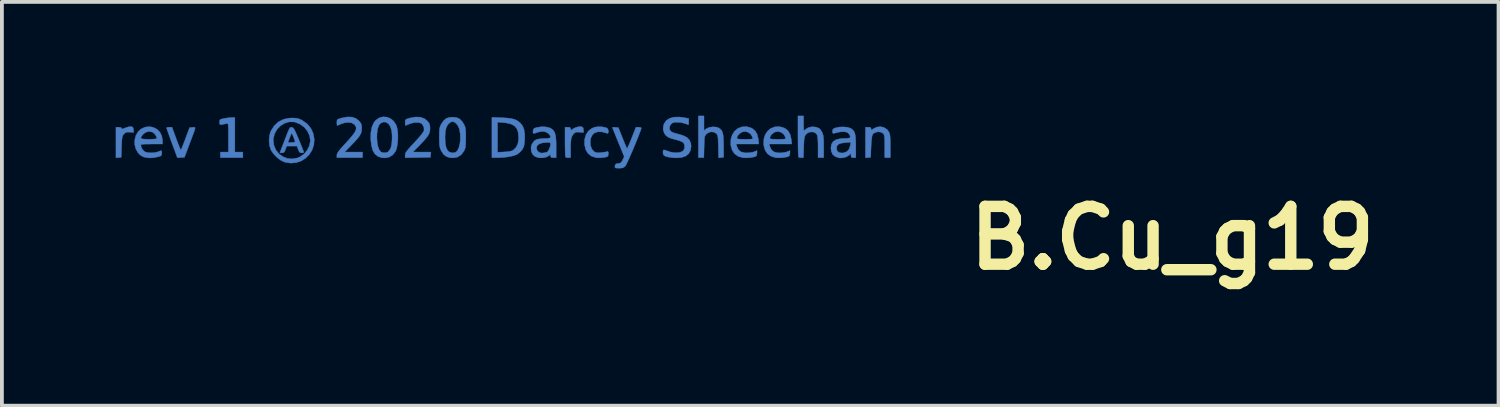
<source format=kicad_pcb>
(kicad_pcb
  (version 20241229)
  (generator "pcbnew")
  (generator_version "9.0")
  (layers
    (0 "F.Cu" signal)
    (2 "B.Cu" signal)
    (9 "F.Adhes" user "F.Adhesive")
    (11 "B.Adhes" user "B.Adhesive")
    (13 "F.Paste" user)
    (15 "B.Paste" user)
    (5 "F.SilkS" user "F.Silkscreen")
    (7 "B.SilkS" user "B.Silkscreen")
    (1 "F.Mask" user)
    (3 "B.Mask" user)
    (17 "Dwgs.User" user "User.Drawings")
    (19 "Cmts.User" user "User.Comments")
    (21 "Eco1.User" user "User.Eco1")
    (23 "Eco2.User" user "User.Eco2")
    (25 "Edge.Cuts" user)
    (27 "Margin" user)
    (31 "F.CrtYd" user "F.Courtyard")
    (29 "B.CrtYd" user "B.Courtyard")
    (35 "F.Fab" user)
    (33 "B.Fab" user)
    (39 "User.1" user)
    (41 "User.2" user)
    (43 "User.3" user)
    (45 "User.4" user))
  (footprint "B.Cu_g19"
    (layer "F.Cu")
    (at 27.839 3.222)
    (property "Reference" "B.Cu_g19" (at 0 0 0) (layer "F.SilkS") (effects (font (size 1.524 1.524) (thickness 0.3))))
    (attr through_hole)
    (fp_poly (pts (xy -27.437 -2.938) (xy -27.397 -2.927) (xy -27.378 -2.897) (xy -27.373 -2.857) (xy -27.367 -2.783) (xy -27.468 -2.79) (xy -27.535 -2.791) (xy -27.58 -2.778) (xy -27.619 -2.745) (xy -27.623 -2.741) (xy -27.644 -2.715) (xy -27.66 -2.687) (xy -27.67 -2.648) (xy -27.677 -2.589) (xy -27.682 -2.504) (xy -27.686 -2.406) (xy -27.697 -2.127) (xy -27.765 -2.121) (xy -27.834 -2.114) (xy -27.834 -2.921) (xy -27.76 -2.921) (xy -27.704 -2.914) (xy -27.686 -2.891) (xy -27.686 -2.89) (xy -27.679 -2.875) (xy -27.653 -2.877) (xy -27.598 -2.899) (xy -27.59 -2.902) (xy -27.521 -2.926) (xy -27.457 -2.938) (xy -27.437 -2.938)) (stroke (width 0.01) (type solid)) (fill yes) (layer "B.Cu"))
    (fp_poly (pts (xy -24.701 -2.265) (xy -24.49 -2.265) (xy -24.49 -2.117) (xy -25.082 -2.117) (xy -25.082 -2.265) (xy -24.871 -2.265) (xy -24.871 -2.647) (xy -24.871 -2.783) (xy -24.872 -2.882) (xy -24.875 -2.95) (xy -24.88 -2.992) (xy -24.887 -3.014) (xy -24.897 -3.02) (xy -24.908 -3.019) (xy -24.953 -3.008) (xy -25.015 -2.995) (xy -25.024 -2.994) (xy -25.076 -2.987) (xy -25.098 -2.996) (xy -25.104 -3.032) (xy -25.104 -3.053) (xy -25.102 -3.095) (xy -25.089 -3.119) (xy -25.056 -3.135) (xy -24.992 -3.149) (xy -24.984 -3.151) (xy -24.9 -3.165) (xy -24.819 -3.173) (xy -24.783 -3.175) (xy -24.701 -3.175) (xy -24.701 -2.265)) (stroke (width 0.01) (type solid)) (fill yes) (layer "B.Cu"))
    (fp_poly (pts (xy -25.753 -2.916) (xy -25.749 -2.899) (xy -25.755 -2.866) (xy -25.772 -2.812) (xy -25.801 -2.733) (xy -25.842 -2.623) (xy -25.897 -2.478) (xy -25.897 -2.477) (xy -26.029 -2.127) (xy -26.122 -2.121) (xy -26.215 -2.115) (xy -26.359 -2.502) (xy -26.403 -2.622) (xy -26.441 -2.729) (xy -26.472 -2.816) (xy -26.493 -2.876) (xy -26.501 -2.904) (xy -26.501 -2.905) (xy -26.482 -2.916) (xy -26.436 -2.921) (xy -26.429 -2.921) (xy -26.357 -2.921) (xy -26.245 -2.615) (xy -26.206 -2.51) (xy -26.171 -2.423) (xy -26.143 -2.358) (xy -26.126 -2.323) (xy -26.122 -2.319) (xy -26.111 -2.342) (xy -26.088 -2.397) (xy -26.057 -2.477) (xy -26.019 -2.575) (xy -26.002 -2.62) (xy -25.894 -2.91) (xy -25.814 -2.917) (xy -25.786 -2.92) (xy -25.765 -2.922) (xy -25.753 -2.916)) (stroke (width 0.01) (type solid)) (fill yes) (layer "B.Cu"))
    (fp_poly (pts (xy -15.563 -2.933) (xy -15.558 -2.932) (xy -15.526 -2.908) (xy -15.515 -2.856) (xy -15.515 -2.849) (xy -15.515 -2.779) (xy -15.62 -2.789) (xy -15.686 -2.792) (xy -15.729 -2.783) (xy -15.765 -2.755) (xy -15.776 -2.743) (xy -15.807 -2.703) (xy -15.829 -2.657) (xy -15.843 -2.595) (xy -15.851 -2.511) (xy -15.854 -2.396) (xy -15.854 -2.336) (xy -15.854 -2.117) (xy -15.914 -2.117) (xy -15.962 -2.121) (xy -15.988 -2.131) (xy -15.992 -2.155) (xy -15.996 -2.216) (xy -15.999 -2.304) (xy -16.001 -2.414) (xy -16.002 -2.533) (xy -16.002 -2.921) (xy -15.928 -2.921) (xy -15.877 -2.916) (xy -15.856 -2.898) (xy -15.854 -2.877) (xy -15.852 -2.849) (xy -15.839 -2.846) (xy -15.804 -2.868) (xy -15.796 -2.875) (xy -15.718 -2.915) (xy -15.635 -2.936) (xy -15.563 -2.933)) (stroke (width 0.01) (type solid)) (fill yes) (layer "B.Cu"))
    (fp_poly (pts (xy -12.34 -2.835) (xy -12.277 -2.882) (xy -12.202 -2.916) (xy -12.109 -2.93) (xy -12.016 -2.924) (xy -11.955 -2.903) (xy -11.908 -2.872) (xy -11.873 -2.832) (xy -11.849 -2.776) (xy -11.834 -2.698) (xy -11.826 -2.592) (xy -11.823 -2.45) (xy -11.823 -2.435) (xy -11.822 -2.127) (xy -11.888 -2.121) (xy -11.955 -2.114) (xy -11.962 -2.411) (xy -11.966 -2.53) (xy -11.97 -2.615) (xy -11.976 -2.672) (xy -11.986 -2.71) (xy -12 -2.736) (xy -12.016 -2.755) (xy -12.081 -2.792) (xy -12.159 -2.798) (xy -12.236 -2.772) (xy -12.276 -2.741) (xy -12.297 -2.717) (xy -12.313 -2.692) (xy -12.323 -2.656) (xy -12.329 -2.602) (xy -12.333 -2.523) (xy -12.336 -2.409) (xy -12.337 -2.402) (xy -12.343 -2.117) (xy -12.488 -2.117) (xy -12.488 -3.217) (xy -12.34 -3.217) (xy -12.34 -2.835)) (stroke (width 0.01) (type solid)) (fill yes) (layer "B.Cu"))
    (fp_poly (pts (xy -7.594 -2.912) (xy -7.515 -2.86) (xy -7.467 -2.794) (xy -7.451 -2.755) (xy -7.44 -2.706) (xy -7.434 -2.637) (xy -7.43 -2.543) (xy -7.43 -2.418) (xy -7.429 -2.117) (xy -7.578 -2.117) (xy -7.578 -2.411) (xy -7.578 -2.532) (xy -7.581 -2.619) (xy -7.587 -2.678) (xy -7.596 -2.717) (xy -7.61 -2.744) (xy -7.615 -2.751) (xy -7.67 -2.788) (xy -7.742 -2.8) (xy -7.816 -2.787) (xy -7.878 -2.752) (xy -7.9 -2.724) (xy -7.912 -2.683) (xy -7.923 -2.607) (xy -7.932 -2.506) (xy -7.938 -2.402) (xy -7.948 -2.127) (xy -8.017 -2.121) (xy -8.086 -2.114) (xy -8.086 -2.921) (xy -8.012 -2.921) (xy -7.961 -2.916) (xy -7.94 -2.898) (xy -7.938 -2.878) (xy -7.936 -2.851) (xy -7.923 -2.848) (xy -7.89 -2.87) (xy -7.877 -2.88) (xy -7.786 -2.924) (xy -7.688 -2.935) (xy -7.594 -2.912)) (stroke (width 0.01) (type solid)) (fill yes) (layer "B.Cu"))
    (fp_poly (pts (xy -15.03 -2.931) (xy -14.94 -2.914) (xy -14.896 -2.897) (xy -14.872 -2.869) (xy -14.859 -2.828) (xy -14.859 -2.786) (xy -14.872 -2.76) (xy -14.889 -2.759) (xy -15.024 -2.797) (xy -15.136 -2.8) (xy -15.226 -2.768) (xy -15.28 -2.718) (xy -15.322 -2.635) (xy -15.338 -2.537) (xy -15.329 -2.437) (xy -15.297 -2.348) (xy -15.245 -2.286) (xy -15.201 -2.258) (xy -15.151 -2.248) (xy -15.078 -2.249) (xy -15.071 -2.25) (xy -14.996 -2.258) (xy -14.932 -2.268) (xy -14.907 -2.275) (xy -14.873 -2.281) (xy -14.861 -2.262) (xy -14.859 -2.226) (xy -14.865 -2.176) (xy -14.88 -2.148) (xy -14.928 -2.132) (xy -15.002 -2.12) (xy -15.086 -2.114) (xy -15.164 -2.116) (xy -15.191 -2.12) (xy -15.308 -2.159) (xy -15.397 -2.229) (xy -15.457 -2.33) (xy -15.487 -2.46) (xy -15.487 -2.46) (xy -15.485 -2.6) (xy -15.45 -2.722) (xy -15.386 -2.821) (xy -15.294 -2.891) (xy -15.219 -2.921) (xy -15.13 -2.934) (xy -15.03 -2.931)) (stroke (width 0.01) (type solid)) (fill yes) (layer "B.Cu"))
    (fp_poly (pts (xy -17.669 -3.171) (xy -17.521 -3.162) (xy -17.408 -3.146) (xy -17.319 -3.122) (xy -17.248 -3.085) (xy -17.185 -3.035) (xy -17.182 -3.033) (xy -17.121 -2.955) (xy -17.082 -2.86) (xy -17.064 -2.74) (xy -17.064 -2.606) (xy -17.071 -2.508) (xy -17.081 -2.439) (xy -17.098 -2.387) (xy -17.126 -2.338) (xy -17.13 -2.331) (xy -17.184 -2.268) (xy -17.25 -2.214) (xy -17.271 -2.202) (xy -17.362 -2.168) (xy -17.483 -2.142) (xy -17.625 -2.124) (xy -17.776 -2.117) (xy -17.785 -2.117) (xy -17.928 -2.117) (xy -17.928 -2.26) (xy -17.78 -2.26) (xy -17.6 -2.269) (xy -17.498 -2.277) (xy -17.427 -2.29) (xy -17.378 -2.31) (xy -17.361 -2.321) (xy -17.289 -2.392) (xy -17.246 -2.479) (xy -17.226 -2.592) (xy -17.225 -2.642) (xy -17.234 -2.775) (xy -17.268 -2.877) (xy -17.329 -2.951) (xy -17.42 -3.002) (xy -17.546 -3.032) (xy -17.621 -3.041) (xy -17.78 -3.054) (xy -17.78 -2.26) (xy -17.928 -2.26) (xy -17.928 -3.18) (xy -17.669 -3.171)) (stroke (width 0.01) (type solid)) (fill yes) (layer "B.Cu"))
    (fp_poly (pts (xy -21.613 -3.187) (xy -21.507 -3.149) (xy -21.422 -3.079) (xy -21.38 -3.022) (xy -21.361 -2.966) (xy -21.357 -2.898) (xy -21.361 -2.83) (xy -21.376 -2.768) (xy -21.407 -2.706) (xy -21.456 -2.637) (xy -21.53 -2.553) (xy -21.618 -2.461) (xy -21.809 -2.265) (xy -21.336 -2.265) (xy -21.336 -2.117) (xy -22.013 -2.117) (xy -22.013 -2.182) (xy -22.009 -2.213) (xy -21.992 -2.249) (xy -21.96 -2.296) (xy -21.908 -2.359) (xy -21.832 -2.444) (xy -21.78 -2.5) (xy -21.671 -2.621) (xy -21.591 -2.717) (xy -21.538 -2.793) (xy -21.51 -2.855) (xy -21.504 -2.905) (xy -21.52 -2.95) (xy -21.554 -2.993) (xy -21.557 -2.996) (xy -21.624 -3.035) (xy -21.715 -3.048) (xy -21.818 -3.035) (xy -21.905 -3.005) (xy -21.96 -2.981) (xy -21.997 -2.966) (xy -22.005 -2.963) (xy -22.01 -2.982) (xy -22.013 -3.029) (xy -22.013 -3.045) (xy -22.012 -3.091) (xy -22 -3.119) (xy -21.97 -3.137) (xy -21.91 -3.156) (xy -21.89 -3.162) (xy -21.739 -3.191) (xy -21.613 -3.187)) (stroke (width 0.01) (type solid)) (fill yes) (layer "B.Cu"))
    (fp_poly (pts (xy -19.808 -3.184) (xy -19.7 -3.143) (xy -19.62 -3.075) (xy -19.581 -3.023) (xy -19.563 -2.97) (xy -19.558 -2.897) (xy -19.558 -2.891) (xy -19.562 -2.826) (xy -19.578 -2.766) (xy -19.609 -2.704) (xy -19.66 -2.634) (xy -19.734 -2.55) (xy -19.836 -2.444) (xy -19.84 -2.439) (xy -20.012 -2.265) (xy -19.534 -2.265) (xy -19.541 -2.196) (xy -19.547 -2.127) (xy -20.214 -2.116) (xy -20.214 -2.186) (xy -20.211 -2.217) (xy -20.198 -2.25) (xy -20.171 -2.291) (xy -20.126 -2.346) (xy -20.06 -2.421) (xy -19.973 -2.514) (xy -19.869 -2.628) (xy -19.79 -2.721) (xy -19.739 -2.791) (xy -19.717 -2.834) (xy -19.719 -2.915) (xy -19.757 -2.99) (xy -19.789 -3.021) (xy -19.843 -3.041) (xy -19.922 -3.046) (xy -20.011 -3.035) (xy -20.095 -3.01) (xy -20.105 -3.005) (xy -20.161 -2.981) (xy -20.198 -2.966) (xy -20.206 -2.963) (xy -20.211 -2.982) (xy -20.214 -3.029) (xy -20.214 -3.045) (xy -20.213 -3.091) (xy -20.201 -3.119) (xy -20.171 -3.137) (xy -20.111 -3.156) (xy -20.091 -3.162) (xy -19.938 -3.19) (xy -19.808 -3.184)) (stroke (width 0.01) (type solid)) (fill yes) (layer "B.Cu"))
    (fp_poly (pts (xy -9.716 -3.016) (xy -9.715 -2.923) (xy -9.713 -2.867) (xy -9.708 -2.84) (xy -9.698 -2.836) (xy -9.681 -2.85) (xy -9.674 -2.856) (xy -9.593 -2.909) (xy -9.493 -2.932) (xy -9.388 -2.923) (xy -9.374 -2.918) (xy -9.31 -2.892) (xy -9.268 -2.852) (xy -9.234 -2.795) (xy -9.214 -2.752) (xy -9.201 -2.709) (xy -9.193 -2.655) (xy -9.188 -2.583) (xy -9.187 -2.482) (xy -9.186 -2.409) (xy -9.186 -2.117) (xy -9.335 -2.117) (xy -9.335 -2.391) (xy -9.336 -2.509) (xy -9.342 -2.609) (xy -9.35 -2.682) (xy -9.359 -2.718) (xy -9.403 -2.769) (xy -9.468 -2.795) (xy -9.542 -2.794) (xy -9.612 -2.768) (xy -9.667 -2.716) (xy -9.668 -2.715) (xy -9.684 -2.681) (xy -9.696 -2.631) (xy -9.705 -2.559) (xy -9.71 -2.456) (xy -9.712 -2.388) (xy -9.72 -2.117) (xy -9.778 -2.117) (xy -9.825 -2.121) (xy -9.85 -2.131) (xy -9.853 -2.155) (xy -9.857 -2.216) (xy -9.86 -2.307) (xy -9.862 -2.423) (xy -9.863 -2.558) (xy -9.864 -2.681) (xy -9.864 -3.217) (xy -9.716 -3.217) (xy -9.716 -3.016)) (stroke (width 0.01) (type solid)) (fill yes) (layer "B.Cu"))
    (fp_poly (pts (xy -23.208 -2.918) (xy -23.201 -2.917) (xy -23.18 -2.911) (xy -23.159 -2.895) (xy -23.137 -2.863) (xy -23.109 -2.809) (xy -23.073 -2.729) (xy -23.025 -2.615) (xy -23.016 -2.593) (xy -22.971 -2.485) (xy -22.933 -2.391) (xy -22.904 -2.317) (xy -22.886 -2.271) (xy -22.883 -2.26) (xy -22.9 -2.248) (xy -22.94 -2.244) (xy -22.98 -2.25) (xy -23.007 -2.276) (xy -23.031 -2.332) (xy -23.032 -2.334) (xy -23.065 -2.424) (xy -23.336 -2.424) (xy -23.367 -2.334) (xy -23.391 -2.277) (xy -23.417 -2.25) (xy -23.456 -2.244) (xy -23.457 -2.244) (xy -23.516 -2.244) (xy -23.466 -2.376) (xy -23.411 -2.519) (xy -23.302 -2.519) (xy -23.208 -2.519) (xy -23.151 -2.522) (xy -23.118 -2.53) (xy -23.114 -2.535) (xy -23.121 -2.564) (xy -23.139 -2.616) (xy -23.162 -2.676) (xy -23.184 -2.728) (xy -23.199 -2.758) (xy -23.2 -2.76) (xy -23.212 -2.747) (xy -23.232 -2.704) (xy -23.256 -2.644) (xy -23.302 -2.519) (xy -23.411 -2.519) (xy -23.404 -2.537) (xy -23.356 -2.663) (xy -23.319 -2.758) (xy -23.291 -2.827) (xy -23.269 -2.872) (xy -23.252 -2.9) (xy -23.238 -2.914) (xy -23.224 -2.919) (xy -23.208 -2.918)) (stroke (width 0.01) (type solid)) (fill yes) (layer "B.Cu"))
    (fp_poly (pts (xy -14.014 -2.915) (xy -13.991 -2.902) (xy -13.991 -2.9) (xy -13.999 -2.867) (xy -14.022 -2.803) (xy -14.056 -2.713) (xy -14.099 -2.605) (xy -14.148 -2.486) (xy -14.199 -2.362) (xy -14.251 -2.241) (xy -14.3 -2.128) (xy -14.344 -2.031) (xy -14.379 -1.956) (xy -14.403 -1.911) (xy -14.409 -1.903) (xy -14.445 -1.867) (xy -14.484 -1.848) (xy -14.543 -1.842) (xy -14.577 -1.841) (xy -14.643 -1.843) (xy -14.677 -1.849) (xy -14.688 -1.867) (xy -14.686 -1.9) (xy -14.675 -1.939) (xy -14.647 -1.958) (xy -14.602 -1.964) (xy -14.55 -1.974) (xy -14.516 -1.999) (xy -14.486 -2.052) (xy -14.483 -2.058) (xy -14.442 -2.145) (xy -14.598 -2.525) (xy -14.646 -2.643) (xy -14.688 -2.747) (xy -14.721 -2.831) (xy -14.744 -2.888) (xy -14.753 -2.914) (xy -14.753 -2.914) (xy -14.735 -2.919) (xy -14.688 -2.918) (xy -14.675 -2.917) (xy -14.596 -2.91) (xy -14.489 -2.642) (xy -14.449 -2.543) (xy -14.414 -2.458) (xy -14.387 -2.396) (xy -14.372 -2.364) (xy -14.37 -2.361) (xy -14.358 -2.376) (xy -14.335 -2.423) (xy -14.302 -2.496) (xy -14.263 -2.59) (xy -14.245 -2.635) (xy -14.132 -2.921) (xy -14.062 -2.921) (xy -14.014 -2.915)) (stroke (width 0.01) (type solid)) (fill yes) (layer "B.Cu"))
    (fp_poly (pts (xy -20.697 -3.187) (xy -20.6 -3.149) (xy -20.516 -3.08) (xy -20.453 -2.983) (xy -20.436 -2.939) (xy -20.415 -2.844) (xy -20.405 -2.726) (xy -20.406 -2.598) (xy -20.417 -2.474) (xy -20.437 -2.366) (xy -20.464 -2.292) (xy -20.536 -2.195) (xy -20.629 -2.134) (xy -20.741 -2.111) (xy -20.828 -2.117) (xy -20.93 -2.15) (xy -21.009 -2.213) (xy -21.066 -2.307) (xy -21.102 -2.435) (xy -21.12 -2.591) (xy -21.119 -2.636) (xy -20.959 -2.636) (xy -20.95 -2.519) (xy -20.93 -2.412) (xy -20.898 -2.326) (xy -20.856 -2.271) (xy -20.855 -2.27) (xy -20.798 -2.248) (xy -20.731 -2.247) (xy -20.672 -2.266) (xy -20.654 -2.281) (xy -20.618 -2.33) (xy -20.596 -2.367) (xy -20.577 -2.43) (xy -20.564 -2.52) (xy -20.558 -2.626) (xy -20.56 -2.732) (xy -20.57 -2.827) (xy -20.573 -2.841) (xy -20.607 -2.943) (xy -20.658 -3.015) (xy -20.722 -3.054) (xy -20.792 -3.057) (xy -20.863 -3.022) (xy -20.876 -3.011) (xy -20.915 -2.952) (xy -20.942 -2.863) (xy -20.956 -2.754) (xy -20.959 -2.636) (xy -21.119 -2.636) (xy -21.118 -2.774) (xy -21.09 -2.924) (xy -21.038 -3.041) (xy -20.989 -3.103) (xy -20.899 -3.167) (xy -20.799 -3.194) (xy -20.697 -3.187)) (stroke (width 0.01) (type solid)) (fill yes) (layer "B.Cu"))
    (fp_poly (pts (xy -11.198 -2.932) (xy -11.083 -2.896) (xy -10.997 -2.831) (xy -10.94 -2.735) (xy -10.908 -2.606) (xy -10.907 -2.591) (xy -10.895 -2.477) (xy -11.491 -2.477) (xy -11.471 -2.408) (xy -11.432 -2.325) (xy -11.368 -2.272) (xy -11.274 -2.247) (xy -11.216 -2.244) (xy -11.133 -2.249) (xy -11.054 -2.263) (xy -11.017 -2.274) (xy -10.943 -2.305) (xy -10.943 -2.234) (xy -10.954 -2.173) (xy -10.98 -2.149) (xy -11.048 -2.131) (xy -11.14 -2.118) (xy -11.234 -2.113) (xy -11.313 -2.117) (xy -11.314 -2.117) (xy -11.438 -2.153) (xy -11.533 -2.219) (xy -11.598 -2.315) (xy -11.633 -2.44) (xy -11.635 -2.46) (xy -11.632 -2.598) (xy -11.619 -2.642) (xy -11.472 -2.642) (xy -11.468 -2.624) (xy -11.452 -2.613) (xy -11.414 -2.607) (xy -11.349 -2.604) (xy -11.259 -2.603) (xy -11.163 -2.604) (xy -11.102 -2.606) (xy -11.069 -2.612) (xy -11.056 -2.623) (xy -11.057 -2.64) (xy -11.061 -2.651) (xy -11.103 -2.73) (xy -11.17 -2.784) (xy -11.25 -2.807) (xy -11.329 -2.796) (xy -11.391 -2.76) (xy -11.442 -2.71) (xy -11.47 -2.658) (xy -11.472 -2.642) (xy -11.619 -2.642) (xy -11.597 -2.718) (xy -11.535 -2.816) (xy -11.448 -2.888) (xy -11.343 -2.93) (xy -11.223 -2.935) (xy -11.198 -2.932)) (stroke (width 0.01) (type solid)) (fill yes) (layer "B.Cu"))
    (fp_poly (pts (xy -10.33 -2.932) (xy -10.215 -2.896) (xy -10.129 -2.831) (xy -10.072 -2.735) (xy -10.041 -2.606) (xy -10.039 -2.591) (xy -10.027 -2.477) (xy -10.623 -2.477) (xy -10.603 -2.408) (xy -10.564 -2.325) (xy -10.5 -2.272) (xy -10.406 -2.247) (xy -10.349 -2.244) (xy -10.265 -2.249) (xy -10.187 -2.263) (xy -10.149 -2.274) (xy -10.075 -2.305) (xy -10.075 -2.234) (xy -10.087 -2.173) (xy -10.112 -2.149) (xy -10.181 -2.131) (xy -10.272 -2.118) (xy -10.366 -2.113) (xy -10.445 -2.117) (xy -10.446 -2.117) (xy -10.57 -2.153) (xy -10.665 -2.219) (xy -10.73 -2.315) (xy -10.765 -2.44) (xy -10.767 -2.46) (xy -10.764 -2.598) (xy -10.752 -2.642) (xy -10.604 -2.642) (xy -10.601 -2.624) (xy -10.584 -2.613) (xy -10.547 -2.607) (xy -10.481 -2.604) (xy -10.391 -2.603) (xy -10.295 -2.604) (xy -10.234 -2.606) (xy -10.201 -2.612) (xy -10.188 -2.623) (xy -10.19 -2.64) (xy -10.193 -2.651) (xy -10.235 -2.73) (xy -10.302 -2.784) (xy -10.382 -2.807) (xy -10.461 -2.796) (xy -10.523 -2.76) (xy -10.574 -2.71) (xy -10.602 -2.658) (xy -10.604 -2.642) (xy -10.752 -2.642) (xy -10.73 -2.718) (xy -10.667 -2.816) (xy -10.581 -2.888) (xy -10.475 -2.93) (xy -10.355 -2.935) (xy -10.33 -2.932)) (stroke (width 0.01) (type solid)) (fill yes) (layer "B.Cu"))
    (fp_poly (pts (xy -23.106 -3.16) (xy -23.038 -3.149) (xy -22.975 -3.126) (xy -22.926 -3.101) (xy -22.794 -3.007) (xy -22.697 -2.889) (xy -22.638 -2.759) (xy -22.609 -2.606) (xy -22.619 -2.461) (xy -22.662 -2.326) (xy -22.735 -2.207) (xy -22.832 -2.108) (xy -22.949 -2.033) (xy -23.083 -1.987) (xy -23.228 -1.974) (xy -23.381 -1.998) (xy -23.392 -2.002) (xy -23.488 -2.047) (xy -23.586 -2.12) (xy -23.675 -2.21) (xy -23.742 -2.304) (xy -23.751 -2.322) (xy -23.788 -2.437) (xy -23.8 -2.569) (xy -23.8 -2.574) (xy -23.689 -2.574) (xy -23.67 -2.436) (xy -23.617 -2.316) (xy -23.537 -2.217) (xy -23.434 -2.143) (xy -23.316 -2.098) (xy -23.189 -2.085) (xy -23.058 -2.109) (xy -22.984 -2.139) (xy -22.88 -2.213) (xy -22.795 -2.315) (xy -22.737 -2.432) (xy -22.712 -2.554) (xy -22.712 -2.569) (xy -22.732 -2.697) (xy -22.788 -2.817) (xy -22.873 -2.92) (xy -22.982 -3.001) (xy -23.109 -3.052) (xy -23.15 -3.06) (xy -23.275 -3.06) (xy -23.394 -3.023) (xy -23.501 -2.956) (xy -23.59 -2.863) (xy -23.653 -2.75) (xy -23.686 -2.624) (xy -23.689 -2.574) (xy -23.8 -2.574) (xy -23.789 -2.702) (xy -23.753 -2.817) (xy -23.752 -2.819) (xy -23.664 -2.957) (xy -23.553 -3.061) (xy -23.418 -3.129) (xy -23.262 -3.161) (xy -23.199 -3.163) (xy -23.106 -3.16)) (stroke (width 0.01) (type solid)) (fill yes) (layer "B.Cu"))
    (fp_poly (pts (xy -26.847 -2.916) (xy -26.752 -2.866) (xy -26.675 -2.788) (xy -26.625 -2.687) (xy -26.607 -2.567) (xy -26.607 -2.477) (xy -26.892 -2.477) (xy -27.009 -2.476) (xy -27.089 -2.474) (xy -27.14 -2.469) (xy -27.167 -2.461) (xy -27.177 -2.449) (xy -27.178 -2.444) (xy -27.161 -2.379) (xy -27.12 -2.315) (xy -27.066 -2.271) (xy -27.062 -2.269) (xy -26.986 -2.249) (xy -26.889 -2.245) (xy -26.791 -2.255) (xy -26.72 -2.275) (xy -26.664 -2.298) (xy -26.637 -2.302) (xy -26.628 -2.281) (xy -26.628 -2.236) (xy -26.631 -2.19) (xy -26.65 -2.165) (xy -26.695 -2.148) (xy -26.718 -2.142) (xy -26.838 -2.117) (xy -26.94 -2.11) (xy -27.019 -2.117) (xy -27.117 -2.141) (xy -27.193 -2.186) (xy -27.249 -2.244) (xy -27.309 -2.344) (xy -27.339 -2.46) (xy -27.339 -2.58) (xy -27.324 -2.642) (xy -27.178 -2.642) (xy -27.164 -2.62) (xy -27.118 -2.609) (xy -27.036 -2.604) (xy -26.966 -2.603) (xy -26.862 -2.606) (xy -26.791 -2.612) (xy -26.757 -2.622) (xy -26.755 -2.626) (xy -26.771 -2.682) (xy -26.812 -2.741) (xy -26.864 -2.786) (xy -26.879 -2.793) (xy -26.968 -2.809) (xy -27.054 -2.785) (xy -27.125 -2.727) (xy -27.164 -2.677) (xy -27.178 -2.642) (xy -27.324 -2.642) (xy -27.311 -2.696) (xy -27.256 -2.796) (xy -27.178 -2.871) (xy -27.067 -2.922) (xy -26.954 -2.936) (xy -26.847 -2.916)) (stroke (width 0.01) (type solid)) (fill yes) (layer "B.Cu"))
    (fp_poly (pts (xy -8.571 -2.92) (xy -8.488 -2.897) (xy -8.471 -2.889) (xy -8.424 -2.855) (xy -8.389 -2.813) (xy -8.365 -2.758) (xy -8.35 -2.681) (xy -8.342 -2.577) (xy -8.34 -2.438) (xy -8.34 -2.415) (xy -8.34 -2.117) (xy -8.403 -2.117) (xy -8.448 -2.122) (xy -8.465 -2.146) (xy -8.467 -2.173) (xy -8.467 -2.23) (xy -8.518 -2.181) (xy -8.584 -2.141) (xy -8.67 -2.115) (xy -8.756 -2.109) (xy -8.774 -2.112) (xy -8.878 -2.144) (xy -8.948 -2.201) (xy -8.986 -2.285) (xy -8.996 -2.373) (xy -8.847 -2.373) (xy -8.836 -2.306) (xy -8.798 -2.264) (xy -8.763 -2.248) (xy -8.688 -2.24) (xy -8.608 -2.262) (xy -8.544 -2.305) (xy -8.515 -2.351) (xy -8.492 -2.416) (xy -8.488 -2.435) (xy -8.471 -2.524) (xy -8.618 -2.514) (xy -8.727 -2.498) (xy -8.8 -2.469) (xy -8.838 -2.423) (xy -8.847 -2.373) (xy -8.996 -2.373) (xy -8.996 -2.375) (xy -8.981 -2.472) (xy -8.936 -2.544) (xy -8.859 -2.592) (xy -8.748 -2.619) (xy -8.637 -2.625) (xy -8.551 -2.628) (xy -8.502 -2.639) (xy -8.485 -2.664) (xy -8.496 -2.705) (xy -8.509 -2.731) (xy -8.559 -2.78) (xy -8.64 -2.802) (xy -8.752 -2.797) (xy -8.894 -2.765) (xy -8.906 -2.761) (xy -8.939 -2.756) (xy -8.952 -2.777) (xy -8.954 -2.811) (xy -8.948 -2.856) (xy -8.922 -2.883) (xy -8.874 -2.903) (xy -8.779 -2.924) (xy -8.673 -2.929) (xy -8.571 -2.92)) (stroke (width 0.01) (type solid)) (fill yes) (layer "B.Cu"))
    (fp_poly (pts (xy -18.861 -3.175) (xy -18.781 -3.14) (xy -18.714 -3.074) (xy -18.669 -3.004) (xy -18.647 -2.961) (xy -18.632 -2.92) (xy -18.623 -2.87) (xy -18.618 -2.803) (xy -18.616 -2.708) (xy -18.616 -2.646) (xy -18.617 -2.531) (xy -18.62 -2.449) (xy -18.627 -2.39) (xy -18.64 -2.345) (xy -18.658 -2.302) (xy -18.664 -2.292) (xy -18.737 -2.195) (xy -18.831 -2.134) (xy -18.944 -2.111) (xy -19.032 -2.117) (xy -19.129 -2.147) (xy -19.203 -2.204) (xy -19.262 -2.296) (xy -19.265 -2.301) (xy -19.286 -2.35) (xy -19.301 -2.398) (xy -19.309 -2.457) (xy -19.313 -2.535) (xy -19.315 -2.645) (xy -19.315 -2.656) (xy -19.315 -2.657) (xy -19.163 -2.657) (xy -19.157 -2.506) (xy -19.136 -2.392) (xy -19.099 -2.312) (xy -19.046 -2.264) (xy -18.974 -2.245) (xy -18.952 -2.244) (xy -18.883 -2.26) (xy -18.841 -2.298) (xy -18.801 -2.374) (xy -18.773 -2.48) (xy -18.759 -2.604) (xy -18.762 -2.734) (xy -18.762 -2.74) (xy -18.785 -2.872) (xy -18.827 -2.97) (xy -18.889 -3.035) (xy -18.908 -3.048) (xy -18.954 -3.068) (xy -18.992 -3.063) (xy -19.024 -3.048) (xy -19.087 -2.994) (xy -19.131 -2.912) (xy -19.156 -2.797) (xy -19.163 -2.657) (xy -19.315 -2.657) (xy -19.314 -2.767) (xy -19.311 -2.845) (xy -19.303 -2.902) (xy -19.29 -2.946) (xy -19.271 -2.988) (xy -19.262 -3.004) (xy -19.198 -3.096) (xy -19.129 -3.153) (xy -19.043 -3.18) (xy -18.965 -3.186) (xy -18.861 -3.175)) (stroke (width 0.01) (type solid)) (fill yes) (layer "B.Cu"))
    (fp_poly (pts (xy -12.887 -3.176) (xy -12.742 -3.15) (xy -12.742 -3.067) (xy -12.744 -3.015) (xy -12.749 -2.986) (xy -12.75 -2.985) (xy -12.773 -2.992) (xy -12.819 -3.01) (xy -12.83 -3.014) (xy -12.949 -3.045) (xy -13.093 -3.052) (xy -13.107 -3.051) (xy -13.173 -3.031) (xy -13.222 -2.985) (xy -13.248 -2.925) (xy -13.246 -2.862) (xy -13.213 -2.809) (xy -13.175 -2.788) (xy -13.109 -2.764) (xy -13.029 -2.742) (xy -13.024 -2.741) (xy -12.886 -2.7) (xy -12.786 -2.648) (xy -12.721 -2.581) (xy -12.687 -2.496) (xy -12.679 -2.417) (xy -12.696 -2.306) (xy -12.747 -2.218) (xy -12.829 -2.156) (xy -12.943 -2.12) (xy -13.086 -2.112) (xy -13.187 -2.12) (xy -13.291 -2.136) (xy -13.359 -2.155) (xy -13.399 -2.182) (xy -13.417 -2.219) (xy -13.42 -2.256) (xy -13.419 -2.295) (xy -13.413 -2.317) (xy -13.392 -2.322) (xy -13.349 -2.311) (xy -13.277 -2.285) (xy -13.25 -2.275) (xy -13.158 -2.253) (xy -13.06 -2.248) (xy -12.97 -2.26) (xy -12.902 -2.287) (xy -12.891 -2.296) (xy -12.857 -2.353) (xy -12.849 -2.424) (xy -12.869 -2.491) (xy -12.888 -2.517) (xy -12.928 -2.541) (xy -12.996 -2.568) (xy -13.077 -2.591) (xy -13.083 -2.592) (xy -13.203 -2.624) (xy -13.289 -2.66) (xy -13.347 -2.705) (xy -13.386 -2.761) (xy -13.388 -2.765) (xy -13.417 -2.863) (xy -13.408 -2.962) (xy -13.389 -3.016) (xy -13.333 -3.097) (xy -13.246 -3.154) (xy -13.131 -3.185) (xy -12.992 -3.189) (xy -12.887 -3.176)) (stroke (width 0.01) (type solid)) (fill yes) (layer "B.Cu"))
    (fp_poly (pts (xy -16.511 -2.929) (xy -16.413 -2.907) (xy -16.35 -2.874) (xy -16.307 -2.833) (xy -16.276 -2.784) (xy -16.255 -2.719) (xy -16.242 -2.632) (xy -16.236 -2.516) (xy -16.235 -2.403) (xy -16.235 -2.117) (xy -16.309 -2.117) (xy -16.36 -2.121) (xy -16.38 -2.139) (xy -16.383 -2.162) (xy -16.385 -2.193) (xy -16.4 -2.192) (xy -16.425 -2.17) (xy -16.49 -2.134) (xy -16.579 -2.115) (xy -16.677 -2.114) (xy -16.706 -2.118) (xy -16.797 -2.15) (xy -16.86 -2.212) (xy -16.891 -2.287) (xy -16.898 -2.377) (xy -16.754 -2.377) (xy -16.738 -2.311) (xy -16.691 -2.259) (xy -16.62 -2.238) (xy -16.542 -2.247) (xy -16.496 -2.26) (xy -16.473 -2.265) (xy -16.473 -2.265) (xy -16.454 -2.283) (xy -16.429 -2.326) (xy -16.404 -2.382) (xy -16.387 -2.434) (xy -16.383 -2.461) (xy -16.387 -2.497) (xy -16.405 -2.514) (xy -16.45 -2.519) (xy -16.473 -2.519) (xy -16.592 -2.509) (xy -16.681 -2.48) (xy -16.736 -2.436) (xy -16.754 -2.377) (xy -16.898 -2.377) (xy -16.899 -2.386) (xy -16.872 -2.48) (xy -16.815 -2.557) (xy -16.8 -2.57) (xy -16.757 -2.594) (xy -16.701 -2.609) (xy -16.621 -2.618) (xy -16.561 -2.622) (xy -16.473 -2.626) (xy -16.419 -2.633) (xy -16.392 -2.644) (xy -16.383 -2.661) (xy -16.383 -2.665) (xy -16.402 -2.713) (xy -16.449 -2.76) (xy -16.513 -2.796) (xy -16.555 -2.807) (xy -16.624 -2.807) (xy -16.705 -2.791) (xy -16.722 -2.786) (xy -16.792 -2.762) (xy -16.83 -2.756) (xy -16.845 -2.769) (xy -16.846 -2.803) (xy -16.845 -2.82) (xy -16.837 -2.862) (xy -16.817 -2.887) (xy -16.772 -2.906) (xy -16.732 -2.916) (xy -16.622 -2.933) (xy -16.511 -2.929)) (stroke (width 0.01) (type solid)) (fill yes) (layer "B.Cu")))
  (gr_rect
    (start -3 -3)
    (end 36.434 7.64)
    (stroke (width 0.1) (type default))
    (fill no)
    (layer "Edge.Cuts")))
</source>
